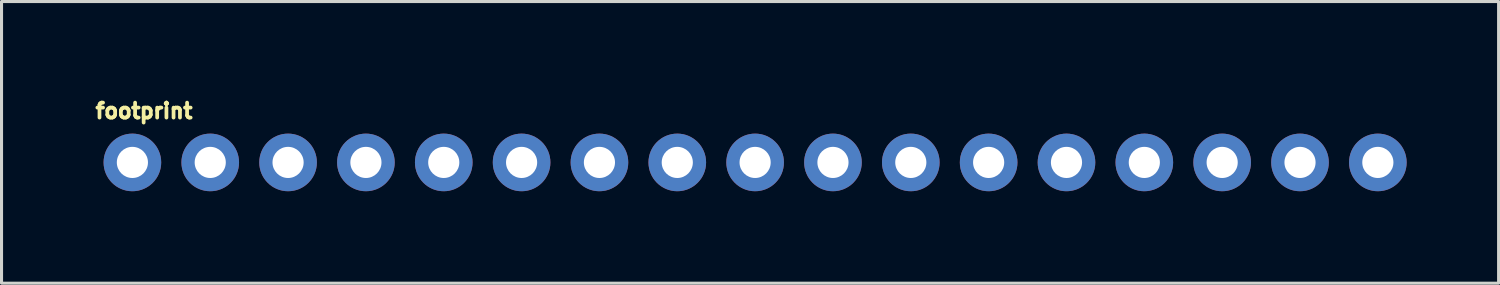
<source format=kicad_pcb>
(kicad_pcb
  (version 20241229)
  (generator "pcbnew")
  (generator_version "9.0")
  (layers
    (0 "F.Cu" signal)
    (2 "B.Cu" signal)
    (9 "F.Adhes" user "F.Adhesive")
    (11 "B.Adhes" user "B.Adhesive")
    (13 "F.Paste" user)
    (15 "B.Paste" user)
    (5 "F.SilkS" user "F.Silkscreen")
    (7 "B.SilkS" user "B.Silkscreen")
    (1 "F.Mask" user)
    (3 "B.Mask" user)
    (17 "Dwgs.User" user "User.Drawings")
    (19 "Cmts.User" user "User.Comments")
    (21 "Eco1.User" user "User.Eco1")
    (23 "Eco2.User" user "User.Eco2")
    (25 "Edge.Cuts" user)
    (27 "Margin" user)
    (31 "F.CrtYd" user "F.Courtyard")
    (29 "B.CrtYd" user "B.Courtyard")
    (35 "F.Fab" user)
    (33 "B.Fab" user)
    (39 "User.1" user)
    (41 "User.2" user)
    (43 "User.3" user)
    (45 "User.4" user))
  (footprint "footprint"
    (layer "F.Cu")
    (at 1.27 2.25)
    (property "Reference" "footprint" (at -1.27 -1.397 0) (layer "F.SilkS") (effects (font (size 0.488 0.488) (thickness 0.122)) (justify left bottom)))
    (fp_poly (pts (xy -0.254 0.254) (xy 0.254 0.254) (xy 0.254 -0.254) (xy -0.254 -0.254)) (stroke (width 0.1) (type solid)) (fill no) (layer "F.Fab"))
    (fp_poly (pts (xy 2.286 0.254) (xy 2.794 0.254) (xy 2.794 -0.254) (xy 2.286 -0.254)) (stroke (width 0.1) (type solid)) (fill no) (layer "F.Fab"))
    (fp_poly (pts (xy 4.826 0.254) (xy 5.334 0.254) (xy 5.334 -0.254) (xy 4.826 -0.254)) (stroke (width 0.1) (type solid)) (fill no) (layer "F.Fab"))
    (fp_poly (pts (xy 7.366 0.254) (xy 7.874 0.254) (xy 7.874 -0.254) (xy 7.366 -0.254)) (stroke (width 0.1) (type solid)) (fill no) (layer "F.Fab"))
    (fp_poly (pts (xy 9.906 0.254) (xy 10.414 0.254) (xy 10.414 -0.254) (xy 9.906 -0.254)) (stroke (width 0.1) (type solid)) (fill no) (layer "F.Fab"))
    (fp_poly (pts (xy 12.446 0.254) (xy 12.954 0.254) (xy 12.954 -0.254) (xy 12.446 -0.254)) (stroke (width 0.1) (type solid)) (fill no) (layer "F.Fab"))
    (fp_poly (pts (xy 14.986 0.254) (xy 15.494 0.254) (xy 15.494 -0.254) (xy 14.986 -0.254)) (stroke (width 0.1) (type solid)) (fill no) (layer "F.Fab"))
    (fp_poly (pts (xy 17.526 0.254) (xy 18.034 0.254) (xy 18.034 -0.254) (xy 17.526 -0.254)) (stroke (width 0.1) (type solid)) (fill no) (layer "F.Fab"))
    (fp_poly (pts (xy 20.066 0.254) (xy 20.574 0.254) (xy 20.574 -0.254) (xy 20.066 -0.254)) (stroke (width 0.1) (type solid)) (fill no) (layer "F.Fab"))
    (fp_poly (pts (xy 22.606 0.254) (xy 23.114 0.254) (xy 23.114 -0.254) (xy 22.606 -0.254)) (stroke (width 0.1) (type solid)) (fill no) (layer "F.Fab"))
    (fp_poly (pts (xy 25.146 0.254) (xy 25.654 0.254) (xy 25.654 -0.254) (xy 25.146 -0.254)) (stroke (width 0.1) (type solid)) (fill no) (layer "F.Fab"))
    (fp_poly (pts (xy 27.686 0.254) (xy 28.194 0.254) (xy 28.194 -0.254) (xy 27.686 -0.254)) (stroke (width 0.1) (type solid)) (fill no) (layer "F.Fab"))
    (fp_poly (pts (xy 30.226 0.254) (xy 30.734 0.254) (xy 30.734 -0.254) (xy 30.226 -0.254)) (stroke (width 0.1) (type solid)) (fill no) (layer "F.Fab"))
    (fp_poly (pts (xy 32.766 0.254) (xy 33.274 0.254) (xy 33.274 -0.254) (xy 32.766 -0.254)) (stroke (width 0.1) (type solid)) (fill no) (layer "F.Fab"))
    (fp_poly (pts (xy 35.306 0.254) (xy 35.814 0.254) (xy 35.814 -0.254) (xy 35.306 -0.254)) (stroke (width 0.1) (type solid)) (fill no) (layer "F.Fab"))
    (fp_poly (pts (xy 37.846 0.254) (xy 38.354 0.254) (xy 38.354 -0.254) (xy 37.846 -0.254)) (stroke (width 0.1) (type solid)) (fill no) (layer "F.Fab"))
    (fp_poly (pts (xy 40.386 0.254) (xy 40.894 0.254) (xy 40.894 -0.254) (xy 40.386 -0.254)) (stroke (width 0.1) (type solid)) (fill no) (layer "F.Fab"))
    (pad "1" thru_hole circle (at 0 0 90) (size 1.88 1.88) (drill 1.016) (layers "*.Cu" "*.Mask"))
    (pad "2" thru_hole circle (at 2.54 0 90) (size 1.88 1.88) (drill 1.016) (layers "*.Cu" "*.Mask"))
    (pad "3" thru_hole circle (at 5.08 0 90) (size 1.88 1.88) (drill 1.016) (layers "*.Cu" "*.Mask"))
    (pad "4" thru_hole circle (at 7.62 0 90) (size 1.88 1.88) (drill 1.016) (layers "*.Cu" "*.Mask"))
    (pad "5" thru_hole circle (at 10.16 0 90) (size 1.88 1.88) (drill 1.016) (layers "*.Cu" "*.Mask"))
    (pad "6" thru_hole circle (at 12.7 0 90) (size 1.88 1.88) (drill 1.016) (layers "*.Cu" "*.Mask"))
    (pad "7" thru_hole circle (at 15.24 0 90) (size 1.88 1.88) (drill 1.016) (layers "*.Cu" "*.Mask"))
    (pad "8" thru_hole circle (at 17.78 0 90) (size 1.88 1.88) (drill 1.016) (layers "*.Cu" "*.Mask"))
    (pad "9" thru_hole circle (at 20.32 0 90) (size 1.88 1.88) (drill 1.016) (layers "*.Cu" "*.Mask"))
    (pad "10" thru_hole circle (at 22.86 0 90) (size 1.88 1.88) (drill 1.016) (layers "*.Cu" "*.Mask"))
    (pad "11" thru_hole circle (at 25.4 0 90) (size 1.88 1.88) (drill 1.016) (layers "*.Cu" "*.Mask"))
    (pad "12" thru_hole circle (at 27.94 0 90) (size 1.88 1.88) (drill 1.016) (layers "*.Cu" "*.Mask"))
    (pad "13" thru_hole circle (at 30.48 0 90) (size 1.88 1.88) (drill 1.016) (layers "*.Cu" "*.Mask"))
    (pad "14" thru_hole circle (at 33.02 0 90) (size 1.88 1.88) (drill 1.016) (layers "*.Cu" "*.Mask"))
    (pad "15" thru_hole circle (at 35.56 0 90) (size 1.88 1.88) (drill 1.016) (layers "*.Cu" "*.Mask"))
    (pad "16" thru_hole circle (at 38.1 0 90) (size 1.88 1.88) (drill 1.016) (layers "*.Cu" "*.Mask"))
    (pad "17" thru_hole circle (at 40.64 0 90) (size 1.88 1.88) (drill 1.016) (layers "*.Cu" "*.Mask")))
  (gr_rect
    (start -3 -3)
    (end 45.85 6.19)
    (stroke (width 0.1) (type default))
    (fill no)
    (layer "Edge.Cuts")))
</source>
